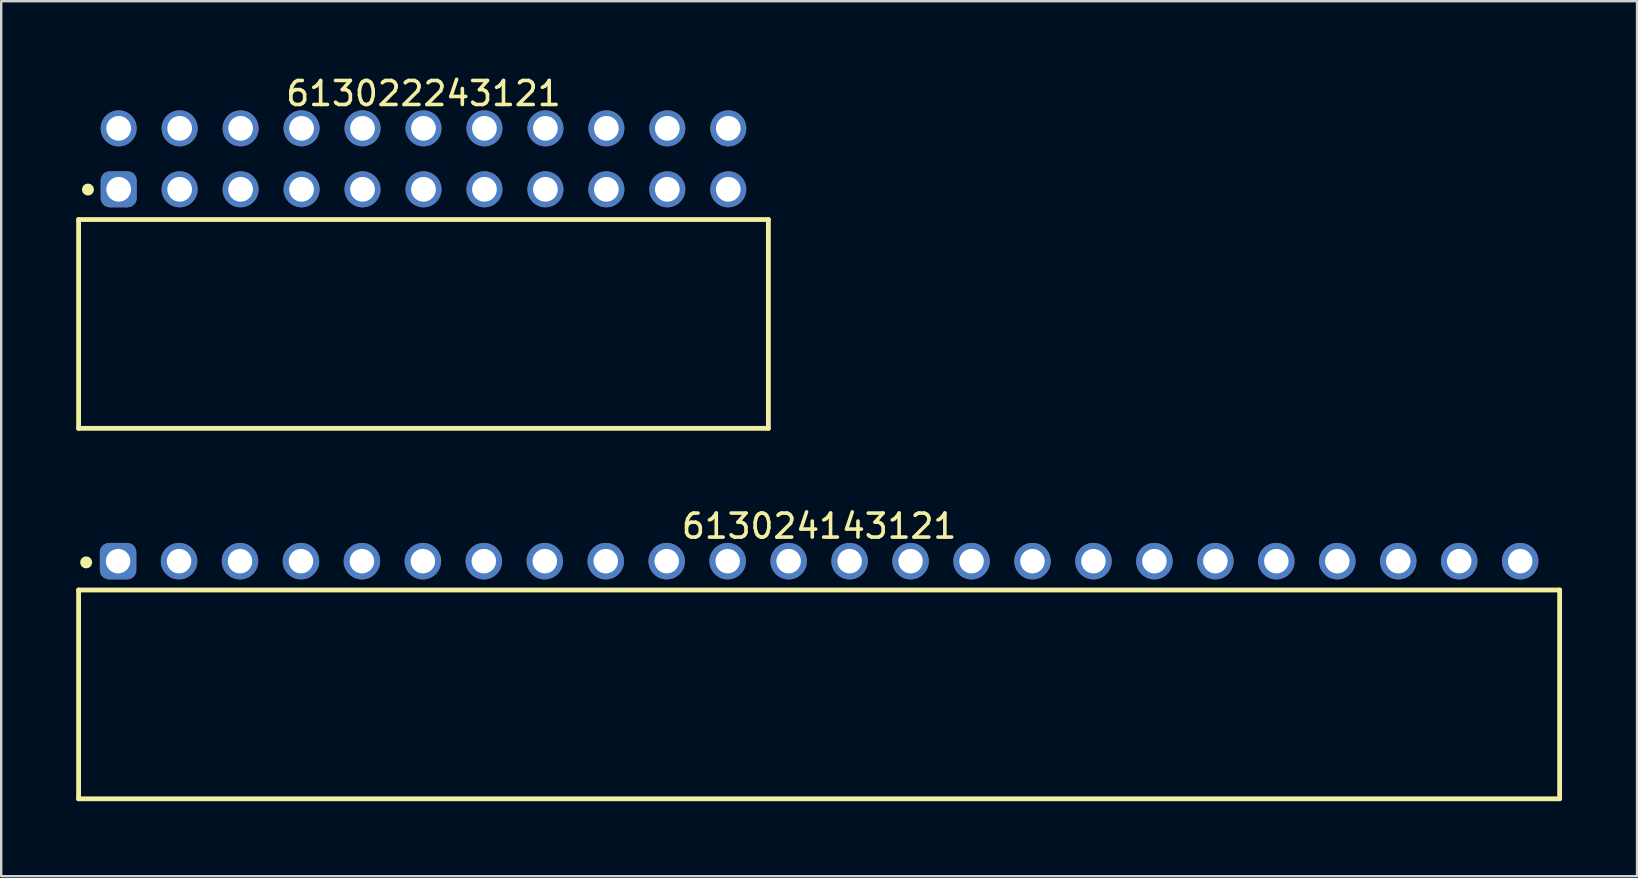
<source format=kicad_pcb>
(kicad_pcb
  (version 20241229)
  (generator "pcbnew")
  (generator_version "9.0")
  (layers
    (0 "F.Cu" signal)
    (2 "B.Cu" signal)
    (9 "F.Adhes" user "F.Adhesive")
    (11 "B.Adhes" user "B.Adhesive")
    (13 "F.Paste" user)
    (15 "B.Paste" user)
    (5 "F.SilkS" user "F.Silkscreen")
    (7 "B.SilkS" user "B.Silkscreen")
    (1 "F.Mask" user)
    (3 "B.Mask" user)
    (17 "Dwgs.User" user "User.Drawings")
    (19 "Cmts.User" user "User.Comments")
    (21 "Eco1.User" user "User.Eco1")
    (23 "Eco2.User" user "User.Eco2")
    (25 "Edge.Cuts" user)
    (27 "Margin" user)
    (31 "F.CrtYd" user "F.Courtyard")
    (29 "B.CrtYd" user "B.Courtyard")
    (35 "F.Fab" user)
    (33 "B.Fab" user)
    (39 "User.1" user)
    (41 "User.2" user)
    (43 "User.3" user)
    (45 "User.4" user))
  (footprint "613024143121"
    (layer "F.Cu")
    (at 31.08 25.882)
    (property "Reference" "613024143121" (at 0 -7.01 0) (layer "F.SilkS") (effects (font (size 1 1) (thickness 0.15))))
    (fp_line (start -30.855 -4.35) (end 30.855 -4.35) (stroke (width 0.2) (type solid)) (layer "F.SilkS"))
    (fp_line (start -30.855 4.35) (end -30.855 -4.35) (stroke (width 0.2) (type solid)) (layer "F.SilkS"))
    (fp_line (start -30.855 4.35) (end 30.855 4.35) (stroke (width 0.2) (type solid)) (layer "F.SilkS"))
    (fp_line (start 30.855 4.35) (end 30.855 -4.35) (stroke (width 0.2) (type solid)) (layer "F.SilkS"))
    (fp_circle (center -30.54 -5.5) (end -30.54 -5.625) (stroke (width 0.25) (type solid)) (fill no) (layer "F.SilkS"))
    (fp_line (start -31.055 -6.51) (end 31.055 -6.51) (stroke (width 0.05) (type solid)) (layer "Eco2.User"))
    (fp_line (start -31.055 4.55) (end -31.055 -6.51) (stroke (width 0.05) (type solid)) (layer "Eco2.User"))
    (fp_line (start -31.055 4.55) (end 31.055 4.55) (stroke (width 0.05) (type solid)) (layer "Eco2.User"))
    (fp_line (start -30.73 -4.25) (end 30.73 -4.25) (stroke (width 0.1) (type solid)) (layer "Eco2.User"))
    (fp_line (start -30.73 4.25) (end -30.73 -4.25) (stroke (width 0.1) (type solid)) (layer "Eco2.User"))
    (fp_line (start -30.73 4.25) (end 30.73 4.25) (stroke (width 0.1) (type solid)) (layer "Eco2.User"))
    (fp_line (start -29.58 -5.75) (end -28.84 -5.75) (stroke (width 0.1) (type solid)) (layer "Eco2.User"))
    (fp_line (start -29.58 -4.25) (end -29.58 -5.75) (stroke (width 0.1) (type solid)) (layer "Eco2.User"))
    (fp_line (start -28.84 -4.25) (end -28.84 -5.75) (stroke (width 0.1) (type solid)) (layer "Eco2.User"))
    (fp_line (start -27.04 -5.75) (end -26.3 -5.75) (stroke (width 0.1) (type solid)) (layer "Eco2.User"))
    (fp_line (start -27.04 -4.25) (end -27.04 -5.75) (stroke (width 0.1) (type solid)) (layer "Eco2.User"))
    (fp_line (start -26.3 -4.25) (end -26.3 -5.75) (stroke (width 0.1) (type solid)) (layer "Eco2.User"))
    (fp_line (start -24.5 -5.75) (end -23.76 -5.75) (stroke (width 0.1) (type solid)) (layer "Eco2.User"))
    (fp_line (start -24.5 -4.25) (end -24.5 -5.75) (stroke (width 0.1) (type solid)) (layer "Eco2.User"))
    (fp_line (start -23.76 -4.25) (end -23.76 -5.75) (stroke (width 0.1) (type solid)) (layer "Eco2.User"))
    (fp_line (start -21.96 -5.75) (end -21.22 -5.75) (stroke (width 0.1) (type solid)) (layer "Eco2.User"))
    (fp_line (start -21.96 -4.25) (end -21.96 -5.75) (stroke (width 0.1) (type solid)) (layer "Eco2.User"))
    (fp_line (start -21.22 -4.25) (end -21.22 -5.75) (stroke (width 0.1) (type solid)) (layer "Eco2.User"))
    (fp_line (start -19.42 -5.75) (end -18.68 -5.75) (stroke (width 0.1) (type solid)) (layer "Eco2.User"))
    (fp_line (start -19.42 -4.25) (end -19.42 -5.75) (stroke (width 0.1) (type solid)) (layer "Eco2.User"))
    (fp_line (start -18.68 -4.25) (end -18.68 -5.75) (stroke (width 0.1) (type solid)) (layer "Eco2.User"))
    (fp_line (start -16.88 -5.75) (end -16.14 -5.75) (stroke (width 0.1) (type solid)) (layer "Eco2.User"))
    (fp_line (start -16.88 -4.25) (end -16.88 -5.75) (stroke (width 0.1) (type solid)) (layer "Eco2.User"))
    (fp_line (start -16.14 -4.25) (end -16.14 -5.75) (stroke (width 0.1) (type solid)) (layer "Eco2.User"))
    (fp_line (start -14.34 -5.75) (end -13.6 -5.75) (stroke (width 0.1) (type solid)) (layer "Eco2.User"))
    (fp_line (start -14.34 -4.25) (end -14.34 -5.75) (stroke (width 0.1) (type solid)) (layer "Eco2.User"))
    (fp_line (start -13.6 -4.25) (end -13.6 -5.75) (stroke (width 0.1) (type solid)) (layer "Eco2.User"))
    (fp_line (start -11.8 -5.75) (end -11.06 -5.75) (stroke (width 0.1) (type solid)) (layer "Eco2.User"))
    (fp_line (start -11.8 -4.25) (end -11.8 -5.75) (stroke (width 0.1) (type solid)) (layer "Eco2.User"))
    (fp_line (start -11.06 -4.25) (end -11.06 -5.75) (stroke (width 0.1) (type solid)) (layer "Eco2.User"))
    (fp_line (start -9.26 -5.75) (end -8.52 -5.75) (stroke (width 0.1) (type solid)) (layer "Eco2.User"))
    (fp_line (start -9.26 -4.25) (end -9.26 -5.75) (stroke (width 0.1) (type solid)) (layer "Eco2.User"))
    (fp_line (start -8.52 -4.25) (end -8.52 -5.75) (stroke (width 0.1) (type solid)) (layer "Eco2.User"))
    (fp_line (start -6.72 -5.75) (end -5.98 -5.75) (stroke (width 0.1) (type solid)) (layer "Eco2.User"))
    (fp_line (start -6.72 -4.25) (end -6.72 -5.75) (stroke (width 0.1) (type solid)) (layer "Eco2.User"))
    (fp_line (start -5.98 -4.25) (end -5.98 -5.75) (stroke (width 0.1) (type solid)) (layer "Eco2.User"))
    (fp_line (start -4.18 -5.75) (end -3.44 -5.75) (stroke (width 0.1) (type solid)) (layer "Eco2.User"))
    (fp_line (start -4.18 -4.25) (end -4.18 -5.75) (stroke (width 0.1) (type solid)) (layer "Eco2.User"))
    (fp_line (start -3.44 -4.25) (end -3.44 -5.75) (stroke (width 0.1) (type solid)) (layer "Eco2.User"))
    (fp_line (start -1.64 -5.75) (end -0.9 -5.75) (stroke (width 0.1) (type solid)) (layer "Eco2.User"))
    (fp_line (start -1.64 -4.25) (end -1.64 -5.75) (stroke (width 0.1) (type solid)) (layer "Eco2.User"))
    (fp_line (start -0.9 -4.25) (end -0.9 -5.75) (stroke (width 0.1) (type solid)) (layer "Eco2.User"))
    (fp_line (start -0.5 0) (end 0.5 0) (stroke (width 0.05) (type solid)) (layer "Eco2.User"))
    (fp_line (start 0 0.5) (end 0 -0.5) (stroke (width 0.05) (type solid)) (layer "Eco2.User"))
    (fp_line (start 0.9 -5.75) (end 1.64 -5.75) (stroke (width 0.1) (type solid)) (layer "Eco2.User"))
    (fp_line (start 0.9 -4.25) (end 0.9 -5.75) (stroke (width 0.1) (type solid)) (layer "Eco2.User"))
    (fp_line (start 1.64 -4.25) (end 1.64 -5.75) (stroke (width 0.1) (type solid)) (layer "Eco2.User"))
    (fp_line (start 3.44 -5.75) (end 4.18 -5.75) (stroke (width 0.1) (type solid)) (layer "Eco2.User"))
    (fp_line (start 3.44 -4.25) (end 3.44 -5.75) (stroke (width 0.1) (type solid)) (layer "Eco2.User"))
    (fp_line (start 4.18 -4.25) (end 4.18 -5.75) (stroke (width 0.1) (type solid)) (layer "Eco2.User"))
    (fp_line (start 5.98 -5.75) (end 6.72 -5.75) (stroke (width 0.1) (type solid)) (layer "Eco2.User"))
    (fp_line (start 5.98 -4.25) (end 5.98 -5.75) (stroke (width 0.1) (type solid)) (layer "Eco2.User"))
    (fp_line (start 6.72 -4.25) (end 6.72 -5.75) (stroke (width 0.1) (type solid)) (layer "Eco2.User"))
    (fp_line (start 8.52 -5.75) (end 9.26 -5.75) (stroke (width 0.1) (type solid)) (layer "Eco2.User"))
    (fp_line (start 8.52 -4.25) (end 8.52 -5.75) (stroke (width 0.1) (type solid)) (layer "Eco2.User"))
    (fp_line (start 9.26 -4.25) (end 9.26 -5.75) (stroke (width 0.1) (type solid)) (layer "Eco2.User"))
    (fp_line (start 11.06 -5.75) (end 11.8 -5.75) (stroke (width 0.1) (type solid)) (layer "Eco2.User"))
    (fp_line (start 11.06 -4.25) (end 11.06 -5.75) (stroke (width 0.1) (type solid)) (layer "Eco2.User"))
    (fp_line (start 11.8 -4.25) (end 11.8 -5.75) (stroke (width 0.1) (type solid)) (layer "Eco2.User"))
    (fp_line (start 13.6 -5.75) (end 14.34 -5.75) (stroke (width 0.1) (type solid)) (layer "Eco2.User"))
    (fp_line (start 13.6 -4.25) (end 13.6 -5.75) (stroke (width 0.1) (type solid)) (layer "Eco2.User"))
    (fp_line (start 14.34 -4.25) (end 14.34 -5.75) (stroke (width 0.1) (type solid)) (layer "Eco2.User"))
    (fp_line (start 16.14 -5.75) (end 16.88 -5.75) (stroke (width 0.1) (type solid)) (layer "Eco2.User"))
    (fp_line (start 16.14 -4.25) (end 16.14 -5.75) (stroke (width 0.1) (type solid)) (layer "Eco2.User"))
    (fp_line (start 16.88 -4.25) (end 16.88 -5.75) (stroke (width 0.1) (type solid)) (layer "Eco2.User"))
    (fp_line (start 18.68 -5.75) (end 19.42 -5.75) (stroke (width 0.1) (type solid)) (layer "Eco2.User"))
    (fp_line (start 18.68 -4.25) (end 18.68 -5.75) (stroke (width 0.1) (type solid)) (layer "Eco2.User"))
    (fp_line (start 19.42 -4.25) (end 19.42 -5.75) (stroke (width 0.1) (type solid)) (layer "Eco2.User"))
    (fp_line (start 21.22 -5.75) (end 21.96 -5.75) (stroke (width 0.1) (type solid)) (layer "Eco2.User"))
    (fp_line (start 21.22 -4.25) (end 21.22 -5.75) (stroke (width 0.1) (type solid)) (layer "Eco2.User"))
    (fp_line (start 21.96 -4.25) (end 21.96 -5.75) (stroke (width 0.1) (type solid)) (layer "Eco2.User"))
    (fp_line (start 23.76 -5.75) (end 24.5 -5.75) (stroke (width 0.1) (type solid)) (layer "Eco2.User"))
    (fp_line (start 23.76 -4.25) (end 23.76 -5.75) (stroke (width 0.1) (type solid)) (layer "Eco2.User"))
    (fp_line (start 24.5 -4.25) (end 24.5 -5.75) (stroke (width 0.1) (type solid)) (layer "Eco2.User"))
    (fp_line (start 26.3 -5.75) (end 27.04 -5.75) (stroke (width 0.1) (type solid)) (layer "Eco2.User"))
    (fp_line (start 26.3 -4.25) (end 26.3 -5.75) (stroke (width 0.1) (type solid)) (layer "Eco2.User"))
    (fp_line (start 27.04 -4.25) (end 27.04 -5.75) (stroke (width 0.1) (type solid)) (layer "Eco2.User"))
    (fp_line (start 28.84 -5.75) (end 29.58 -5.75) (stroke (width 0.1) (type solid)) (layer "Eco2.User"))
    (fp_line (start 28.84 -4.25) (end 28.84 -5.75) (stroke (width 0.1) (type solid)) (layer "Eco2.User"))
    (fp_line (start 29.58 -4.25) (end 29.58 -5.75) (stroke (width 0.1) (type solid)) (layer "Eco2.User"))
    (fp_line (start 30.73 4.25) (end 30.73 -4.25) (stroke (width 0.1) (type solid)) (layer "Eco2.User"))
    (fp_line (start 31.055 4.55) (end 31.055 -6.51) (stroke (width 0.05) (type solid)) (layer "Eco2.User"))
    (fp_text user "${REFERENCE}" (at 0.15 -0.197 0) (unlocked yes) (layer "User.3") (effects (font (size 1.5 1.5) (thickness 0.15))))
    (pad "1" thru_hole roundrect (at -29.21 -5.55) (size 1.52 1.52) (drill 1.02) (layers "*.Cu" "*.Mask") (roundrect_rratio 0.25))
    (pad "2" thru_hole circle (at -26.67 -5.55) (size 1.52 1.52) (drill 1.02) (layers "*.Cu" "*.Mask"))
    (pad "3" thru_hole circle (at -24.13 -5.55) (size 1.52 1.52) (drill 1.02) (layers "*.Cu" "*.Mask"))
    (pad "4" thru_hole circle (at -21.59 -5.55) (size 1.52 1.52) (drill 1.02) (layers "*.Cu" "*.Mask"))
    (pad "5" thru_hole circle (at -19.05 -5.55) (size 1.52 1.52) (drill 1.02) (layers "*.Cu" "*.Mask"))
    (pad "6" thru_hole circle (at -16.51 -5.55) (size 1.52 1.52) (drill 1.02) (layers "*.Cu" "*.Mask"))
    (pad "7" thru_hole circle (at -13.97 -5.55) (size 1.52 1.52) (drill 1.02) (layers "*.Cu" "*.Mask"))
    (pad "8" thru_hole circle (at -11.43 -5.55) (size 1.52 1.52) (drill 1.02) (layers "*.Cu" "*.Mask"))
    (pad "9" thru_hole circle (at -8.89 -5.55) (size 1.52 1.52) (drill 1.02) (layers "*.Cu" "*.Mask"))
    (pad "10" thru_hole circle (at -6.35 -5.55) (size 1.52 1.52) (drill 1.02) (layers "*.Cu" "*.Mask"))
    (pad "11" thru_hole circle (at -3.81 -5.55) (size 1.52 1.52) (drill 1.02) (layers "*.Cu" "*.Mask"))
    (pad "12" thru_hole circle (at -1.27 -5.55) (size 1.52 1.52) (drill 1.02) (layers "*.Cu" "*.Mask"))
    (pad "13" thru_hole circle (at 1.27 -5.55) (size 1.52 1.52) (drill 1.02) (layers "*.Cu" "*.Mask"))
    (pad "14" thru_hole circle (at 3.81 -5.55) (size 1.52 1.52) (drill 1.02) (layers "*.Cu" "*.Mask"))
    (pad "15" thru_hole circle (at 6.35 -5.55) (size 1.52 1.52) (drill 1.02) (layers "*.Cu" "*.Mask"))
    (pad "16" thru_hole circle (at 8.89 -5.55) (size 1.52 1.52) (drill 1.02) (layers "*.Cu" "*.Mask"))
    (pad "17" thru_hole circle (at 11.43 -5.55) (size 1.52 1.52) (drill 1.02) (layers "*.Cu" "*.Mask"))
    (pad "18" thru_hole circle (at 13.97 -5.55) (size 1.52 1.52) (drill 1.02) (layers "*.Cu" "*.Mask"))
    (pad "19" thru_hole circle (at 16.51 -5.55) (size 1.52 1.52) (drill 1.02) (layers "*.Cu" "*.Mask"))
    (pad "20" thru_hole circle (at 19.05 -5.55) (size 1.52 1.52) (drill 1.02) (layers "*.Cu" "*.Mask"))
    (pad "21" thru_hole circle (at 21.59 -5.55) (size 1.52 1.52) (drill 1.02) (layers "*.Cu" "*.Mask"))
    (pad "22" thru_hole circle (at 24.13 -5.55) (size 1.52 1.52) (drill 1.02) (layers "*.Cu" "*.Mask"))
    (pad "23" thru_hole circle (at 26.67 -5.55) (size 1.52 1.52) (drill 1.02) (layers "*.Cu" "*.Mask"))
    (pad "24" thru_hole circle (at 29.21 -5.55) (size 1.52 1.52) (drill 1.02) (layers "*.Cu" "*.Mask")))
  (footprint "613022243121"
    (layer "F.Cu")
    (at 14.595 10.448)
    (property "Reference" "613022243121" (at 0 -9.6 0) (layer "F.SilkS") (effects (font (size 1 1) (thickness 0.15))))
    (fp_line (start -14.37 -4.35) (end 14.37 -4.35) (stroke (width 0.2) (type solid)) (layer "F.SilkS"))
    (fp_line (start -14.37 4.35) (end -14.37 -4.35) (stroke (width 0.2) (type solid)) (layer "F.SilkS"))
    (fp_line (start -14.37 4.35) (end 14.37 4.35) (stroke (width 0.2) (type solid)) (layer "F.SilkS"))
    (fp_line (start 14.37 4.35) (end 14.37 -4.35) (stroke (width 0.2) (type solid)) (layer "F.SilkS"))
    (fp_circle (center -13.98 -5.6) (end -13.98 -5.725) (stroke (width 0.25) (type solid)) (fill no) (layer "F.SilkS"))
    (fp_line (start -14.57 -9.1) (end 14.57 -9.1) (stroke (width 0.05) (type solid)) (layer "Eco2.User"))
    (fp_line (start -14.57 4.55) (end -14.57 -9.1) (stroke (width 0.05) (type solid)) (layer "Eco2.User"))
    (fp_line (start -14.57 4.55) (end 14.57 4.55) (stroke (width 0.05) (type solid)) (layer "Eco2.User"))
    (fp_line (start -14.22 -4.25) (end 14.22 -4.25) (stroke (width 0.1) (type solid)) (layer "Eco2.User"))
    (fp_line (start -14.22 4.25) (end -14.22 -4.25) (stroke (width 0.1) (type solid)) (layer "Eco2.User"))
    (fp_line (start -14.22 4.25) (end 14.22 4.25) (stroke (width 0.1) (type solid)) (layer "Eco2.User"))
    (fp_line (start -13.07 -8.35) (end -12.33 -8.35) (stroke (width 0.1) (type solid)) (layer "Eco2.User"))
    (fp_line (start -13.07 -5.81) (end -12.33 -5.81) (stroke (width 0.1) (type solid)) (layer "Eco2.User"))
    (fp_line (start -13.07 -4.25) (end -13.07 -8.35) (stroke (width 0.1) (type solid)) (layer "Eco2.User"))
    (fp_line (start -12.33 -4.25) (end -12.33 -8.35) (stroke (width 0.1) (type solid)) (layer "Eco2.User"))
    (fp_line (start -10.53 -8.35) (end -9.79 -8.35) (stroke (width 0.1) (type solid)) (layer "Eco2.User"))
    (fp_line (start -10.53 -5.81) (end -9.79 -5.81) (stroke (width 0.1) (type solid)) (layer "Eco2.User"))
    (fp_line (start -10.53 -4.25) (end -10.53 -8.35) (stroke (width 0.1) (type solid)) (layer "Eco2.User"))
    (fp_line (start -9.79 -4.25) (end -9.79 -8.35) (stroke (width 0.1) (type solid)) (layer "Eco2.User"))
    (fp_line (start -7.99 -8.35) (end -7.25 -8.35) (stroke (width 0.1) (type solid)) (layer "Eco2.User"))
    (fp_line (start -7.99 -5.81) (end -7.25 -5.81) (stroke (width 0.1) (type solid)) (layer "Eco2.User"))
    (fp_line (start -7.99 -4.25) (end -7.99 -8.35) (stroke (width 0.1) (type solid)) (layer "Eco2.User"))
    (fp_line (start -7.25 -4.25) (end -7.25 -8.35) (stroke (width 0.1) (type solid)) (layer "Eco2.User"))
    (fp_line (start -5.45 -8.35) (end -4.71 -8.35) (stroke (width 0.1) (type solid)) (layer "Eco2.User"))
    (fp_line (start -5.45 -5.81) (end -4.71 -5.81) (stroke (width 0.1) (type solid)) (layer "Eco2.User"))
    (fp_line (start -5.45 -4.25) (end -5.45 -8.35) (stroke (width 0.1) (type solid)) (layer "Eco2.User"))
    (fp_line (start -4.71 -4.25) (end -4.71 -8.35) (stroke (width 0.1) (type solid)) (layer "Eco2.User"))
    (fp_line (start -2.91 -8.35) (end -2.17 -8.35) (stroke (width 0.1) (type solid)) (layer "Eco2.User"))
    (fp_line (start -2.91 -5.81) (end -2.17 -5.81) (stroke (width 0.1) (type solid)) (layer "Eco2.User"))
    (fp_line (start -2.91 -4.25) (end -2.91 -8.35) (stroke (width 0.1) (type solid)) (layer "Eco2.User"))
    (fp_line (start -2.17 -4.25) (end -2.17 -8.35) (stroke (width 0.1) (type solid)) (layer "Eco2.User"))
    (fp_line (start -0.5 0) (end 0.5 0) (stroke (width 0.05) (type solid)) (layer "Eco2.User"))
    (fp_line (start -0.37 -8.35) (end 0.37 -8.35) (stroke (width 0.1) (type solid)) (layer "Eco2.User"))
    (fp_line (start -0.37 -5.81) (end 0.37 -5.81) (stroke (width 0.1) (type solid)) (layer "Eco2.User"))
    (fp_line (start -0.37 -4.25) (end -0.37 -8.35) (stroke (width 0.1) (type solid)) (layer "Eco2.User"))
    (fp_line (start 0 0.5) (end 0 -0.5) (stroke (width 0.05) (type solid)) (layer "Eco2.User"))
    (fp_line (start 0.37 -4.25) (end 0.37 -8.35) (stroke (width 0.1) (type solid)) (layer "Eco2.User"))
    (fp_line (start 2.17 -8.35) (end 2.91 -8.35) (stroke (width 0.1) (type solid)) (layer "Eco2.User"))
    (fp_line (start 2.17 -5.81) (end 2.91 -5.81) (stroke (width 0.1) (type solid)) (layer "Eco2.User"))
    (fp_line (start 2.17 -4.25) (end 2.17 -8.35) (stroke (width 0.1) (type solid)) (layer "Eco2.User"))
    (fp_line (start 2.91 -4.25) (end 2.91 -8.35) (stroke (width 0.1) (type solid)) (layer "Eco2.User"))
    (fp_line (start 4.71 -8.35) (end 5.45 -8.35) (stroke (width 0.1) (type solid)) (layer "Eco2.User"))
    (fp_line (start 4.71 -5.81) (end 5.45 -5.81) (stroke (width 0.1) (type solid)) (layer "Eco2.User"))
    (fp_line (start 4.71 -4.25) (end 4.71 -8.35) (stroke (width 0.1) (type solid)) (layer "Eco2.User"))
    (fp_line (start 5.45 -4.25) (end 5.45 -8.35) (stroke (width 0.1) (type solid)) (layer "Eco2.User"))
    (fp_line (start 7.25 -8.35) (end 7.99 -8.35) (stroke (width 0.1) (type solid)) (layer "Eco2.User"))
    (fp_line (start 7.25 -5.81) (end 7.99 -5.81) (stroke (width 0.1) (type solid)) (layer "Eco2.User"))
    (fp_line (start 7.25 -4.25) (end 7.25 -8.35) (stroke (width 0.1) (type solid)) (layer "Eco2.User"))
    (fp_line (start 7.99 -4.25) (end 7.99 -8.35) (stroke (width 0.1) (type solid)) (layer "Eco2.User"))
    (fp_line (start 9.79 -8.35) (end 10.53 -8.35) (stroke (width 0.1) (type solid)) (layer "Eco2.User"))
    (fp_line (start 9.79 -5.81) (end 10.53 -5.81) (stroke (width 0.1) (type solid)) (layer "Eco2.User"))
    (fp_line (start 9.79 -4.25) (end 9.79 -8.35) (stroke (width 0.1) (type solid)) (layer "Eco2.User"))
    (fp_line (start 10.53 -4.25) (end 10.53 -8.35) (stroke (width 0.1) (type solid)) (layer "Eco2.User"))
    (fp_line (start 12.33 -8.35) (end 13.07 -8.35) (stroke (width 0.1) (type solid)) (layer "Eco2.User"))
    (fp_line (start 12.33 -5.81) (end 13.07 -5.81) (stroke (width 0.1) (type solid)) (layer "Eco2.User"))
    (fp_line (start 12.33 -4.25) (end 12.33 -8.35) (stroke (width 0.1) (type solid)) (layer "Eco2.User"))
    (fp_line (start 13.07 -4.25) (end 13.07 -8.35) (stroke (width 0.1) (type solid)) (layer "Eco2.User"))
    (fp_line (start 14.22 4.25) (end 14.22 -4.25) (stroke (width 0.1) (type solid)) (layer "Eco2.User"))
    (fp_line (start 14.57 4.55) (end 14.57 -9.1) (stroke (width 0.05) (type solid)) (layer "Eco2.User"))
    (fp_text user "${REFERENCE}" (at 0.15 -0.197 0) (unlocked yes) (layer "User.3") (effects (font (size 1.5 1.5) (thickness 0.15))))
    (pad "1" thru_hole roundrect (at -12.7 -5.61) (size 1.5 1.5) (drill 1.03) (layers "*.Cu" "*.Mask") (roundrect_rratio 0.25))
    (pad "2" thru_hole circle (at -12.7 -8.15) (size 1.5 1.5) (drill 1.03) (layers "*.Cu" "*.Mask"))
    (pad "3" thru_hole circle (at -10.16 -5.61) (size 1.5 1.5) (drill 1.03) (layers "*.Cu" "*.Mask"))
    (pad "4" thru_hole circle (at -10.16 -8.15) (size 1.5 1.5) (drill 1.03) (layers "*.Cu" "*.Mask"))
    (pad "5" thru_hole circle (at -7.62 -5.61) (size 1.5 1.5) (drill 1.03) (layers "*.Cu" "*.Mask"))
    (pad "6" thru_hole circle (at -7.62 -8.15) (size 1.5 1.5) (drill 1.03) (layers "*.Cu" "*.Mask"))
    (pad "7" thru_hole circle (at -5.08 -5.61) (size 1.5 1.5) (drill 1.03) (layers "*.Cu" "*.Mask"))
    (pad "8" thru_hole circle (at -5.08 -8.15) (size 1.5 1.5) (drill 1.03) (layers "*.Cu" "*.Mask"))
    (pad "9" thru_hole circle (at -2.54 -5.61) (size 1.5 1.5) (drill 1.03) (layers "*.Cu" "*.Mask"))
    (pad "10" thru_hole circle (at -2.54 -8.15) (size 1.5 1.5) (drill 1.03) (layers "*.Cu" "*.Mask"))
    (pad "11" thru_hole circle (at 0 -5.61) (size 1.5 1.5) (drill 1.03) (layers "*.Cu" "*.Mask"))
    (pad "12" thru_hole circle (at 0 -8.15) (size 1.5 1.5) (drill 1.03) (layers "*.Cu" "*.Mask"))
    (pad "13" thru_hole circle (at 2.54 -5.61) (size 1.5 1.5) (drill 1.03) (layers "*.Cu" "*.Mask"))
    (pad "14" thru_hole circle (at 2.54 -8.15) (size 1.5 1.5) (drill 1.03) (layers "*.Cu" "*.Mask"))
    (pad "15" thru_hole circle (at 5.08 -5.61) (size 1.5 1.5) (drill 1.03) (layers "*.Cu" "*.Mask"))
    (pad "16" thru_hole circle (at 5.08 -8.15) (size 1.5 1.5) (drill 1.03) (layers "*.Cu" "*.Mask"))
    (pad "17" thru_hole circle (at 7.62 -5.61) (size 1.5 1.5) (drill 1.03) (layers "*.Cu" "*.Mask"))
    (pad "18" thru_hole circle (at 7.62 -8.15) (size 1.5 1.5) (drill 1.03) (layers "*.Cu" "*.Mask"))
    (pad "19" thru_hole circle (at 10.16 -5.61) (size 1.5 1.5) (drill 1.03) (layers "*.Cu" "*.Mask"))
    (pad "20" thru_hole circle (at 10.16 -8.15) (size 1.5 1.5) (drill 1.03) (layers "*.Cu" "*.Mask"))
    (pad "21" thru_hole circle (at 12.7 -5.61) (size 1.5 1.5) (drill 1.03) (layers "*.Cu" "*.Mask"))
    (pad "22" thru_hole circle (at 12.7 -8.15) (size 1.5 1.5) (drill 1.03) (layers "*.Cu" "*.Mask")))
  (gr_rect
    (start -3 -3)
    (end 65.16 33.457)
    (stroke (width 0.1) (type default))
    (fill no)
    (layer "Edge.Cuts")))
</source>
